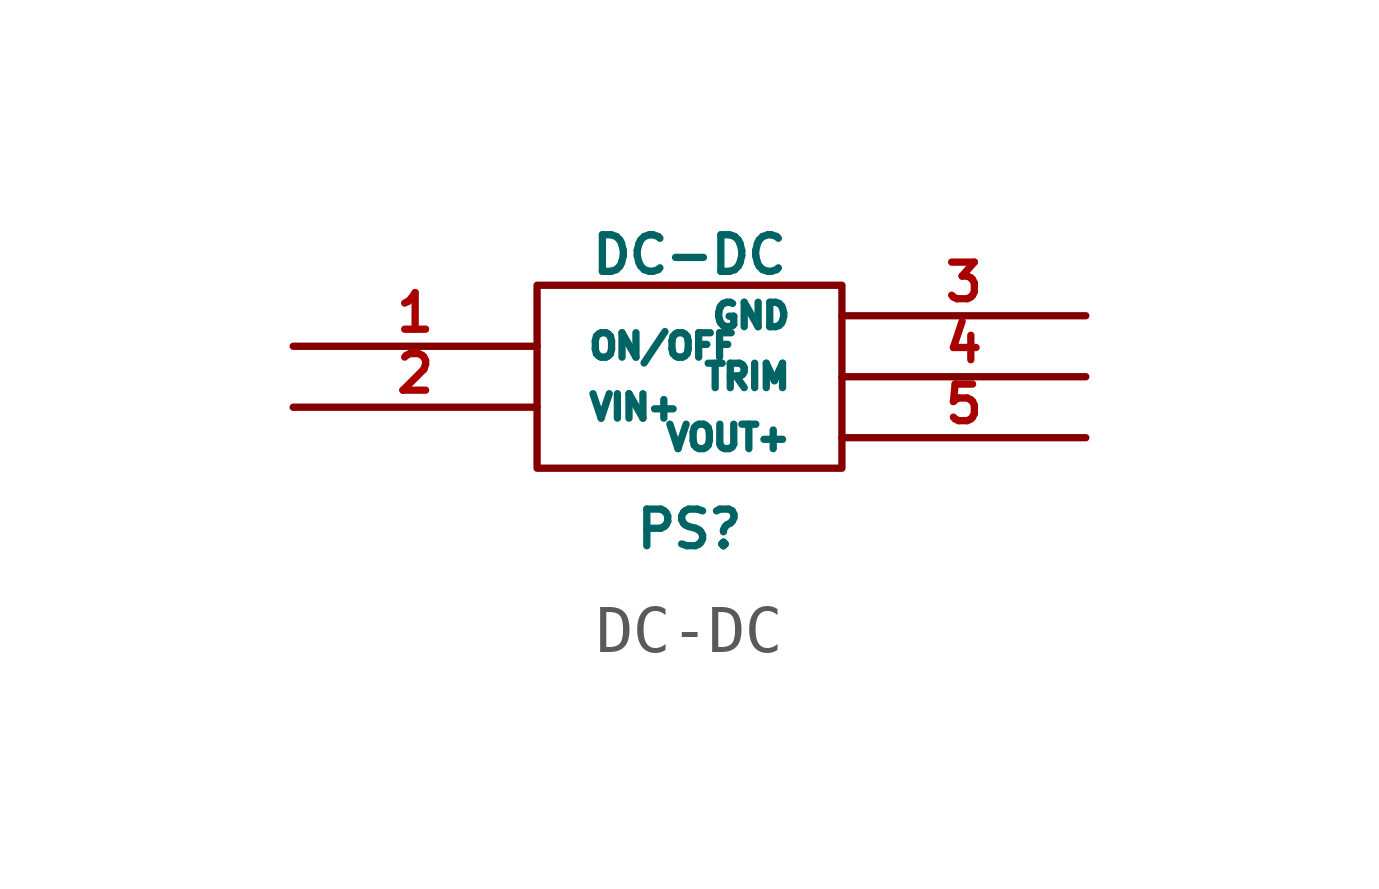
<source format=kicad_sym>
(kicad_symbol_lib
  (version 20220914)
  (generator kicad_symbol_editor)
  (symbol "DC-DC"
    (pin_names
      (offset 1.016))
    (property "Reference" "PS"
      (at 0 -3.175 0)
      (effects (font (size 0.762 0.762))))
    (property "Value" "DC-DC"
      (at 0 2.54 0)
      (effects (font (size 0.762 0.762))))
    (symbol "DC-DC_0_1"
      (rectangle (start -3.175 1.905) (end 3.175 -1.905) (stroke (width 0) (type solid)) (fill (type none))))
    (symbol "DC-DC_1_1"
      (pin input line (at -8.255 0.635 0) (length 5.08) (name "ON/OFF" (effects (font (size 0.508 0.508)))) (number "1" (effects (font (size 0.762 0.762)))))
      (pin input line (at -8.255 -0.635 0) (length 5.08) (name "VIN+" (effects (font (size 0.508 0.508)))) (number "2" (effects (font (size 0.762 0.762)))))
      (pin input line (at 8.255 1.27 180) (length 5.08) (name "GND" (effects (font (size 0.508 0.508)))) (number "3" (effects (font (size 0.762 0.762)))))
      (pin input line (at 8.255 0 180) (length 5.08) (name "TRIM" (effects (font (size 0.508 0.508)))) (number "4" (effects (font (size 0.762 0.762)))))
      (pin output line (at 8.255 -1.27 180) (length 5.08) (name "VOUT+" (effects (font (size 0.508 0.508)))) (number "5" (effects (font (size 0.762 0.762))))))))
</source>
